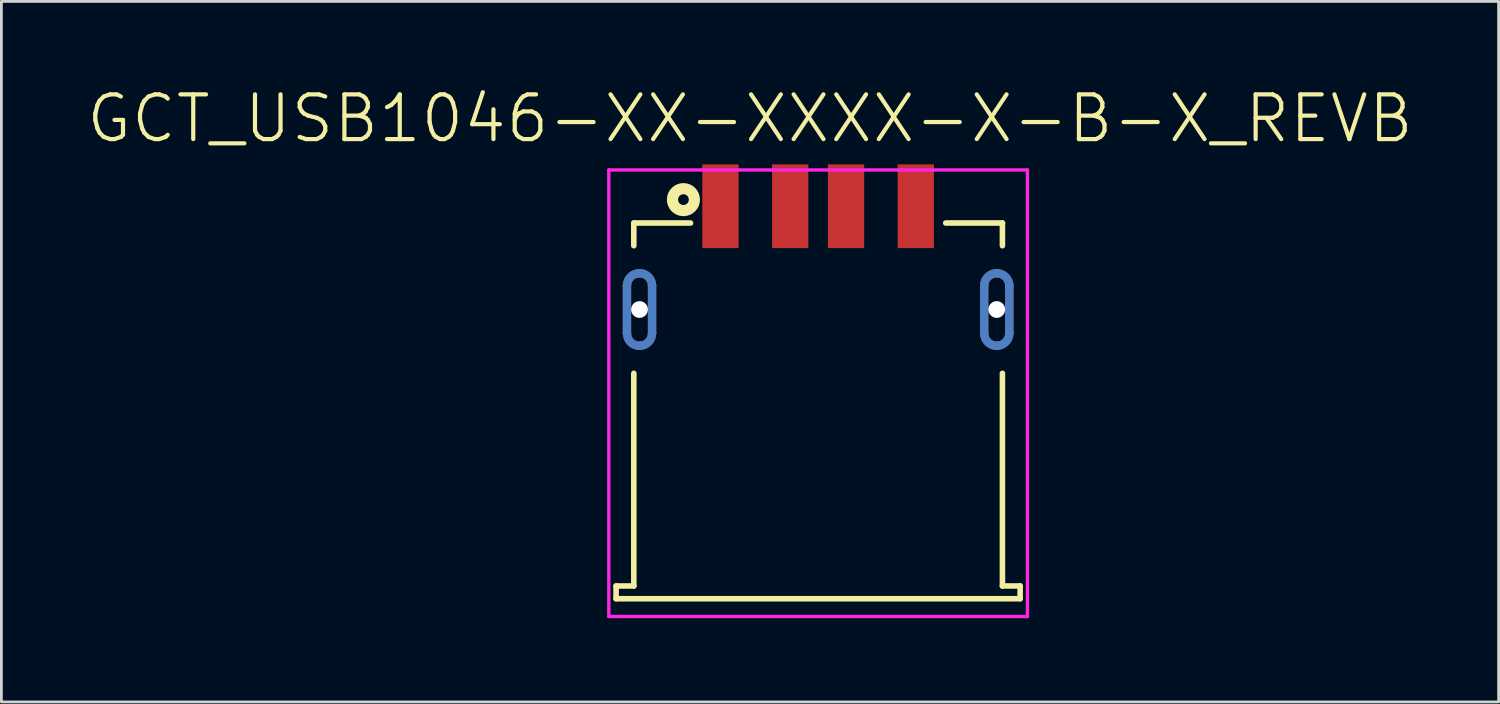
<source format=kicad_pcb>
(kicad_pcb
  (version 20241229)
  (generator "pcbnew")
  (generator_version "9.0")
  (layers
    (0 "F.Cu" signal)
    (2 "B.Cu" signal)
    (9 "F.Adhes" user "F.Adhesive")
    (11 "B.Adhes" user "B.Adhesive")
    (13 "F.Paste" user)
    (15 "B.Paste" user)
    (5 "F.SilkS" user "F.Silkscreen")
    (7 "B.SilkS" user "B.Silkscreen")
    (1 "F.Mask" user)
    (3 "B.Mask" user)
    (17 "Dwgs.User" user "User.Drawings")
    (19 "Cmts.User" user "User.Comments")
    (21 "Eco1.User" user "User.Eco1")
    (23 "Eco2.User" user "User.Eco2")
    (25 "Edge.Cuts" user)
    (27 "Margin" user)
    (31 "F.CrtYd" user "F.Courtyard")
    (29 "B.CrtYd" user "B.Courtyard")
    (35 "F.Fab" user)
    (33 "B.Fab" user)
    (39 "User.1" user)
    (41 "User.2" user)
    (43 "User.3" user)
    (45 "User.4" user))
  (footprint "GCT_USB1046-XX-XXXX-X-B-X_REVB"
    (layer "F.Cu")
    (at 26.264 8.04)
    (property "Reference" "GCT_USB1046-XX-XXXX-X-B-X_REVB" (at -2.441 -6.84 0) (layer "F.SilkS") (effects (font (size 1.602 1.602) (thickness 0.15))))
    (attr through_hole)
    (fp_line (start -6.85 0.85) (end -6.85 -0.85) (stroke (width 0.3) (type solid)) (layer "F.Cu"))
    (fp_line (start -5.95 -0.85) (end -5.95 0.85) (stroke (width 0.3) (type solid)) (layer "F.Cu"))
    (fp_line (start 5.95 0.85) (end 5.95 -0.85) (stroke (width 0.3) (type solid)) (layer "F.Cu"))
    (fp_line (start 6.85 -0.85) (end 6.85 0.85) (stroke (width 0.3) (type solid)) (layer "F.Cu"))
    (fp_arc (start -6.85 -0.85) (mid -6.718198 -1.168198) (end -6.4 -1.3) (stroke (width 0.3) (type solid)) (layer "F.Cu"))
    (fp_arc (start -6.4 -1.3) (mid -6.081802 -1.168198) (end -5.95 -0.85) (stroke (width 0.3) (type solid)) (layer "F.Cu"))
    (fp_arc (start -6.4 1.3) (mid -6.718198 1.168198) (end -6.85 0.85) (stroke (width 0.3) (type solid)) (layer "F.Cu"))
    (fp_arc (start -5.95 0.85) (mid -6.081802 1.168198) (end -6.4 1.3) (stroke (width 0.3) (type solid)) (layer "F.Cu"))
    (fp_arc (start 5.95 -0.85) (mid 6.081802 -1.168198) (end 6.4 -1.3) (stroke (width 0.3) (type solid)) (layer "F.Cu"))
    (fp_arc (start 6.4 -1.3) (mid 6.718198 -1.168198) (end 6.85 -0.85) (stroke (width 0.3) (type solid)) (layer "F.Cu"))
    (fp_arc (start 6.4 1.3) (mid 6.081802 1.168198) (end 5.95 0.85) (stroke (width 0.3) (type solid)) (layer "F.Cu"))
    (fp_arc (start 6.85 0.85) (mid 6.718198 1.168198) (end 6.4 1.3) (stroke (width 0.3) (type solid)) (layer "F.Cu"))
    (fp_poly (pts (xy -7.1 0.8) (xy -7.1 -0.8) (xy -7.099 -0.837) (xy -7.096 -0.873) (xy -7.091 -0.91) (xy -7.085 -0.946) (xy -7.076 -0.981) (xy -7.066 -1.016) (xy -7.054 -1.051) (xy -7.039 -1.085) (xy -7.024 -1.118) (xy -7.006 -1.15) (xy -6.987 -1.181) (xy -6.966 -1.211) (xy -6.944 -1.241) (xy -6.92 -1.268) (xy -6.895 -1.295) (xy -6.868 -1.32) (xy -6.841 -1.344) (xy -6.811 -1.366) (xy -6.781 -1.387) (xy -6.75 -1.406) (xy -6.718 -1.424) (xy -6.685 -1.439) (xy -6.651 -1.454) (xy -6.616 -1.466) (xy -6.581 -1.476) (xy -6.546 -1.485) (xy -6.51 -1.491) (xy -6.473 -1.496) (xy -6.437 -1.499) (xy -6.4 -1.5) (xy -6.363 -1.499) (xy -6.327 -1.496) (xy -6.29 -1.491) (xy -6.254 -1.485) (xy -6.219 -1.476) (xy -6.184 -1.466) (xy -6.149 -1.454) (xy -6.115 -1.439) (xy -6.082 -1.424) (xy -6.05 -1.406) (xy -6.019 -1.387) (xy -5.989 -1.366) (xy -5.959 -1.344) (xy -5.932 -1.32) (xy -5.905 -1.295) (xy -5.88 -1.268) (xy -5.856 -1.241) (xy -5.834 -1.211) (xy -5.813 -1.181) (xy -5.794 -1.15) (xy -5.776 -1.118) (xy -5.761 -1.085) (xy -5.746 -1.051) (xy -5.734 -1.016) (xy -5.724 -0.981) (xy -5.715 -0.946) (xy -5.709 -0.91) (xy -5.704 -0.873) (xy -5.701 -0.837) (xy -5.7 -0.8) (xy -5.7 0.8) (xy -5.701 0.837) (xy -5.704 0.873) (xy -5.709 0.91) (xy -5.715 0.946) (xy -5.724 0.981) (xy -5.734 1.016) (xy -5.746 1.051) (xy -5.761 1.085) (xy -5.776 1.118) (xy -5.794 1.15) (xy -5.813 1.181) (xy -5.834 1.211) (xy -5.856 1.241) (xy -5.88 1.268) (xy -5.905 1.295) (xy -5.932 1.32) (xy -5.959 1.344) (xy -5.989 1.366) (xy -6.019 1.387) (xy -6.05 1.406) (xy -6.082 1.424) (xy -6.115 1.439) (xy -6.149 1.454) (xy -6.184 1.466) (xy -6.219 1.476) (xy -6.254 1.485) (xy -6.29 1.491) (xy -6.327 1.496) (xy -6.363 1.499) (xy -6.4 1.5) (xy -6.437 1.499) (xy -6.473 1.496) (xy -6.51 1.491) (xy -6.546 1.485) (xy -6.581 1.476) (xy -6.616 1.466) (xy -6.651 1.454) (xy -6.685 1.439) (xy -6.718 1.424) (xy -6.75 1.406) (xy -6.781 1.387) (xy -6.811 1.366) (xy -6.841 1.344) (xy -6.868 1.32) (xy -6.895 1.295) (xy -6.92 1.268) (xy -6.944 1.241) (xy -6.966 1.211) (xy -6.987 1.181) (xy -7.006 1.15) (xy -7.024 1.118) (xy -7.039 1.085) (xy -7.054 1.051) (xy -7.066 1.016) (xy -7.076 0.981) (xy -7.085 0.946) (xy -7.091 0.91) (xy -7.096 0.873) (xy -7.099 0.837) (xy -7.1 0.8)) (stroke (width 0.001) (type solid)) (fill yes) (layer "F.Mask"))
    (fp_poly (pts (xy 5.7 0.8) (xy 5.7 -0.8) (xy 5.701 -0.837) (xy 5.704 -0.873) (xy 5.709 -0.91) (xy 5.715 -0.946) (xy 5.724 -0.981) (xy 5.734 -1.016) (xy 5.746 -1.051) (xy 5.761 -1.085) (xy 5.776 -1.118) (xy 5.794 -1.15) (xy 5.813 -1.181) (xy 5.834 -1.211) (xy 5.856 -1.241) (xy 5.88 -1.268) (xy 5.905 -1.295) (xy 5.932 -1.32) (xy 5.959 -1.344) (xy 5.989 -1.366) (xy 6.019 -1.387) (xy 6.05 -1.406) (xy 6.082 -1.424) (xy 6.115 -1.439) (xy 6.149 -1.454) (xy 6.184 -1.466) (xy 6.219 -1.476) (xy 6.254 -1.485) (xy 6.29 -1.491) (xy 6.327 -1.496) (xy 6.363 -1.499) (xy 6.4 -1.5) (xy 6.437 -1.499) (xy 6.473 -1.496) (xy 6.51 -1.491) (xy 6.546 -1.485) (xy 6.581 -1.476) (xy 6.616 -1.466) (xy 6.651 -1.454) (xy 6.685 -1.439) (xy 6.718 -1.424) (xy 6.75 -1.406) (xy 6.781 -1.387) (xy 6.811 -1.366) (xy 6.841 -1.344) (xy 6.868 -1.32) (xy 6.895 -1.295) (xy 6.92 -1.268) (xy 6.944 -1.241) (xy 6.966 -1.211) (xy 6.987 -1.181) (xy 7.006 -1.15) (xy 7.024 -1.118) (xy 7.039 -1.085) (xy 7.054 -1.051) (xy 7.066 -1.016) (xy 7.076 -0.981) (xy 7.085 -0.946) (xy 7.091 -0.91) (xy 7.096 -0.873) (xy 7.099 -0.837) (xy 7.1 -0.8) (xy 7.1 0.8) (xy 7.099 0.837) (xy 7.096 0.873) (xy 7.091 0.91) (xy 7.085 0.946) (xy 7.076 0.981) (xy 7.066 1.016) (xy 7.054 1.051) (xy 7.039 1.085) (xy 7.024 1.118) (xy 7.006 1.15) (xy 6.987 1.181) (xy 6.966 1.211) (xy 6.944 1.241) (xy 6.92 1.268) (xy 6.895 1.295) (xy 6.868 1.32) (xy 6.841 1.344) (xy 6.811 1.366) (xy 6.781 1.387) (xy 6.75 1.406) (xy 6.718 1.424) (xy 6.685 1.439) (xy 6.651 1.454) (xy 6.616 1.466) (xy 6.581 1.476) (xy 6.546 1.485) (xy 6.51 1.491) (xy 6.473 1.496) (xy 6.437 1.499) (xy 6.4 1.5) (xy 6.363 1.499) (xy 6.327 1.496) (xy 6.29 1.491) (xy 6.254 1.485) (xy 6.219 1.476) (xy 6.184 1.466) (xy 6.149 1.454) (xy 6.115 1.439) (xy 6.082 1.424) (xy 6.05 1.406) (xy 6.019 1.387) (xy 5.989 1.366) (xy 5.959 1.344) (xy 5.932 1.32) (xy 5.905 1.295) (xy 5.88 1.268) (xy 5.856 1.241) (xy 5.834 1.211) (xy 5.813 1.181) (xy 5.794 1.15) (xy 5.776 1.118) (xy 5.761 1.085) (xy 5.746 1.051) (xy 5.734 1.016) (xy 5.724 0.981) (xy 5.715 0.946) (xy 5.709 0.91) (xy 5.704 0.873) (xy 5.701 0.837) (xy 5.7 0.8)) (stroke (width 0.001) (type solid)) (fill yes) (layer "F.Mask"))
    (fp_line (start -6.85 0.85) (end -6.85 -0.85) (stroke (width 0.3) (type solid)) (layer "B.Cu"))
    (fp_line (start -5.95 -0.85) (end -5.95 0.85) (stroke (width 0.3) (type solid)) (layer "B.Cu"))
    (fp_line (start 5.95 0.85) (end 5.95 -0.85) (stroke (width 0.3) (type solid)) (layer "B.Cu"))
    (fp_line (start 6.85 -0.85) (end 6.85 0.85) (stroke (width 0.3) (type solid)) (layer "B.Cu"))
    (fp_arc (start -6.85 -0.85) (mid -6.718198 -1.168198) (end -6.4 -1.3) (stroke (width 0.3) (type solid)) (layer "B.Cu"))
    (fp_arc (start -6.4 -1.3) (mid -6.081802 -1.168198) (end -5.95 -0.85) (stroke (width 0.3) (type solid)) (layer "B.Cu"))
    (fp_arc (start -6.4 1.3) (mid -6.718198 1.168198) (end -6.85 0.85) (stroke (width 0.3) (type solid)) (layer "B.Cu"))
    (fp_arc (start -5.95 0.85) (mid -6.081802 1.168198) (end -6.4 1.3) (stroke (width 0.3) (type solid)) (layer "B.Cu"))
    (fp_arc (start 5.95 -0.85) (mid 6.081802 -1.168198) (end 6.4 -1.3) (stroke (width 0.3) (type solid)) (layer "B.Cu"))
    (fp_arc (start 6.4 -1.3) (mid 6.718198 -1.168198) (end 6.85 -0.85) (stroke (width 0.3) (type solid)) (layer "B.Cu"))
    (fp_arc (start 6.4 1.3) (mid 6.081802 1.168198) (end 5.95 0.85) (stroke (width 0.3) (type solid)) (layer "B.Cu"))
    (fp_arc (start 6.85 0.85) (mid 6.718198 1.168198) (end 6.4 1.3) (stroke (width 0.3) (type solid)) (layer "B.Cu"))
    (fp_poly (pts (xy -7.1 0.8) (xy -7.1 -0.8) (xy -7.099 -0.837) (xy -7.096 -0.873) (xy -7.091 -0.91) (xy -7.085 -0.946) (xy -7.076 -0.981) (xy -7.066 -1.016) (xy -7.054 -1.051) (xy -7.039 -1.085) (xy -7.024 -1.118) (xy -7.006 -1.15) (xy -6.987 -1.181) (xy -6.966 -1.211) (xy -6.944 -1.241) (xy -6.92 -1.268) (xy -6.895 -1.295) (xy -6.868 -1.32) (xy -6.841 -1.344) (xy -6.811 -1.366) (xy -6.781 -1.387) (xy -6.75 -1.406) (xy -6.718 -1.424) (xy -6.685 -1.439) (xy -6.651 -1.454) (xy -6.616 -1.466) (xy -6.581 -1.476) (xy -6.546 -1.485) (xy -6.51 -1.491) (xy -6.473 -1.496) (xy -6.437 -1.499) (xy -6.4 -1.5) (xy -6.363 -1.499) (xy -6.327 -1.496) (xy -6.29 -1.491) (xy -6.254 -1.485) (xy -6.219 -1.476) (xy -6.184 -1.466) (xy -6.149 -1.454) (xy -6.115 -1.439) (xy -6.082 -1.424) (xy -6.05 -1.406) (xy -6.019 -1.387) (xy -5.989 -1.366) (xy -5.959 -1.344) (xy -5.932 -1.32) (xy -5.905 -1.295) (xy -5.88 -1.268) (xy -5.856 -1.241) (xy -5.834 -1.211) (xy -5.813 -1.181) (xy -5.794 -1.15) (xy -5.776 -1.118) (xy -5.761 -1.085) (xy -5.746 -1.051) (xy -5.734 -1.016) (xy -5.724 -0.981) (xy -5.715 -0.946) (xy -5.709 -0.91) (xy -5.704 -0.873) (xy -5.701 -0.837) (xy -5.7 -0.8) (xy -5.7 0.8) (xy -5.701 0.837) (xy -5.704 0.873) (xy -5.709 0.91) (xy -5.715 0.946) (xy -5.724 0.981) (xy -5.734 1.016) (xy -5.746 1.051) (xy -5.761 1.085) (xy -5.776 1.118) (xy -5.794 1.15) (xy -5.813 1.181) (xy -5.834 1.211) (xy -5.856 1.241) (xy -5.88 1.268) (xy -5.905 1.295) (xy -5.932 1.32) (xy -5.959 1.344) (xy -5.989 1.366) (xy -6.019 1.387) (xy -6.05 1.406) (xy -6.082 1.424) (xy -6.115 1.439) (xy -6.149 1.454) (xy -6.184 1.466) (xy -6.219 1.476) (xy -6.254 1.485) (xy -6.29 1.491) (xy -6.327 1.496) (xy -6.363 1.499) (xy -6.4 1.5) (xy -6.437 1.499) (xy -6.473 1.496) (xy -6.51 1.491) (xy -6.546 1.485) (xy -6.581 1.476) (xy -6.616 1.466) (xy -6.651 1.454) (xy -6.685 1.439) (xy -6.718 1.424) (xy -6.75 1.406) (xy -6.781 1.387) (xy -6.811 1.366) (xy -6.841 1.344) (xy -6.868 1.32) (xy -6.895 1.295) (xy -6.92 1.268) (xy -6.944 1.241) (xy -6.966 1.211) (xy -6.987 1.181) (xy -7.006 1.15) (xy -7.024 1.118) (xy -7.039 1.085) (xy -7.054 1.051) (xy -7.066 1.016) (xy -7.076 0.981) (xy -7.085 0.946) (xy -7.091 0.91) (xy -7.096 0.873) (xy -7.099 0.837) (xy -7.1 0.8)) (stroke (width 0.001) (type solid)) (fill yes) (layer "B.Mask"))
    (fp_poly (pts (xy 5.7 0.8) (xy 5.7 -0.8) (xy 5.701 -0.837) (xy 5.704 -0.873) (xy 5.709 -0.91) (xy 5.715 -0.946) (xy 5.724 -0.981) (xy 5.734 -1.016) (xy 5.746 -1.051) (xy 5.761 -1.085) (xy 5.776 -1.118) (xy 5.794 -1.15) (xy 5.813 -1.181) (xy 5.834 -1.211) (xy 5.856 -1.241) (xy 5.88 -1.268) (xy 5.905 -1.295) (xy 5.932 -1.32) (xy 5.959 -1.344) (xy 5.989 -1.366) (xy 6.019 -1.387) (xy 6.05 -1.406) (xy 6.082 -1.424) (xy 6.115 -1.439) (xy 6.149 -1.454) (xy 6.184 -1.466) (xy 6.219 -1.476) (xy 6.254 -1.485) (xy 6.29 -1.491) (xy 6.327 -1.496) (xy 6.363 -1.499) (xy 6.4 -1.5) (xy 6.437 -1.499) (xy 6.473 -1.496) (xy 6.51 -1.491) (xy 6.546 -1.485) (xy 6.581 -1.476) (xy 6.616 -1.466) (xy 6.651 -1.454) (xy 6.685 -1.439) (xy 6.718 -1.424) (xy 6.75 -1.406) (xy 6.781 -1.387) (xy 6.811 -1.366) (xy 6.841 -1.344) (xy 6.868 -1.32) (xy 6.895 -1.295) (xy 6.92 -1.268) (xy 6.944 -1.241) (xy 6.966 -1.211) (xy 6.987 -1.181) (xy 7.006 -1.15) (xy 7.024 -1.118) (xy 7.039 -1.085) (xy 7.054 -1.051) (xy 7.066 -1.016) (xy 7.076 -0.981) (xy 7.085 -0.946) (xy 7.091 -0.91) (xy 7.096 -0.873) (xy 7.099 -0.837) (xy 7.1 -0.8) (xy 7.1 0.8) (xy 7.099 0.837) (xy 7.096 0.873) (xy 7.091 0.91) (xy 7.085 0.946) (xy 7.076 0.981) (xy 7.066 1.016) (xy 7.054 1.051) (xy 7.039 1.085) (xy 7.024 1.118) (xy 7.006 1.15) (xy 6.987 1.181) (xy 6.966 1.211) (xy 6.944 1.241) (xy 6.92 1.268) (xy 6.895 1.295) (xy 6.868 1.32) (xy 6.841 1.344) (xy 6.811 1.366) (xy 6.781 1.387) (xy 6.75 1.406) (xy 6.718 1.424) (xy 6.685 1.439) (xy 6.651 1.454) (xy 6.616 1.466) (xy 6.581 1.476) (xy 6.546 1.485) (xy 6.51 1.491) (xy 6.473 1.496) (xy 6.437 1.499) (xy 6.4 1.5) (xy 6.363 1.499) (xy 6.327 1.496) (xy 6.29 1.491) (xy 6.254 1.485) (xy 6.219 1.476) (xy 6.184 1.466) (xy 6.149 1.454) (xy 6.115 1.439) (xy 6.082 1.424) (xy 6.05 1.406) (xy 6.019 1.387) (xy 5.989 1.366) (xy 5.959 1.344) (xy 5.932 1.32) (xy 5.905 1.295) (xy 5.88 1.268) (xy 5.856 1.241) (xy 5.834 1.211) (xy 5.813 1.181) (xy 5.794 1.15) (xy 5.776 1.118) (xy 5.761 1.085) (xy 5.746 1.051) (xy 5.734 1.016) (xy 5.724 0.981) (xy 5.715 0.946) (xy 5.709 0.91) (xy 5.704 0.873) (xy 5.701 0.837) (xy 5.7 0.8)) (stroke (width 0.001) (type solid)) (fill yes) (layer "B.Mask"))
    (fp_line (start -7.239 9.906) (end -6.604 9.906) (stroke (width 0.2) (type solid)) (layer "F.SilkS"))
    (fp_line (start -7.239 10.363) (end -7.239 9.906) (stroke (width 0.2) (type solid)) (layer "F.SilkS"))
    (fp_line (start -7.239 10.363) (end 7.239 10.363) (stroke (width 0.2) (type solid)) (layer "F.SilkS"))
    (fp_line (start -6.604 -3.099) (end -4.572 -3.099) (stroke (width 0.2) (type solid)) (layer "F.SilkS"))
    (fp_line (start -6.604 -2.286) (end -6.604 -3.099) (stroke (width 0.2) (type solid)) (layer "F.SilkS"))
    (fp_line (start -6.604 2.286) (end -6.604 9.906) (stroke (width 0.2) (type solid)) (layer "F.SilkS"))
    (fp_line (start 4.572 -3.099) (end 6.604 -3.099) (stroke (width 0.2) (type solid)) (layer "F.SilkS"))
    (fp_line (start 6.604 -2.286) (end 6.604 -3.099) (stroke (width 0.2) (type solid)) (layer "F.SilkS"))
    (fp_line (start 6.604 9.906) (end 6.604 2.286) (stroke (width 0.2) (type solid)) (layer "F.SilkS"))
    (fp_line (start 6.604 9.906) (end 7.239 9.906) (stroke (width 0.2) (type solid)) (layer "F.SilkS"))
    (fp_line (start 7.239 10.363) (end 7.239 9.906) (stroke (width 0.2) (type solid)) (layer "F.SilkS"))
    (fp_circle (center -4.826 -3.937) (end -4.633 -3.937) (stroke (width 0.4) (type solid)) (fill no) (layer "F.SilkS"))
    (fp_line (start -6.85 0.85) (end -6.85 -0.85) (stroke (width 0.3) (type solid)) (layer "F.Paste"))
    (fp_line (start -5.95 -0.85) (end -5.95 0.85) (stroke (width 0.3) (type solid)) (layer "F.Paste"))
    (fp_line (start 5.95 0.85) (end 5.95 -0.85) (stroke (width 0.3) (type solid)) (layer "F.Paste"))
    (fp_line (start 6.85 -0.85) (end 6.85 0.85) (stroke (width 0.3) (type solid)) (layer "F.Paste"))
    (fp_arc (start -6.85 -0.85) (mid -6.718198 -1.168198) (end -6.4 -1.3) (stroke (width 0.3) (type solid)) (layer "F.Paste"))
    (fp_arc (start -6.4 -1.3) (mid -6.081802 -1.168198) (end -5.95 -0.85) (stroke (width 0.3) (type solid)) (layer "F.Paste"))
    (fp_arc (start -6.4 1.3) (mid -6.718198 1.168198) (end -6.85 0.85) (stroke (width 0.3) (type solid)) (layer "F.Paste"))
    (fp_arc (start -5.95 0.85) (mid -6.081802 1.168198) (end -6.4 1.3) (stroke (width 0.3) (type solid)) (layer "F.Paste"))
    (fp_arc (start 5.95 -0.85) (mid 6.081802 -1.168198) (end 6.4 -1.3) (stroke (width 0.3) (type solid)) (layer "F.Paste"))
    (fp_arc (start 6.4 -1.3) (mid 6.718198 -1.168198) (end 6.85 -0.85) (stroke (width 0.3) (type solid)) (layer "F.Paste"))
    (fp_arc (start 6.4 1.3) (mid 6.081802 1.168198) (end 5.95 0.85) (stroke (width 0.3) (type solid)) (layer "F.Paste"))
    (fp_arc (start 6.85 0.85) (mid 6.718198 1.168198) (end 6.4 1.3) (stroke (width 0.3) (type solid)) (layer "F.Paste"))
    (fp_line (start -6.85 0.85) (end -6.85 -0.85) (stroke (width 0.3) (type solid)) (layer "B.Paste"))
    (fp_line (start 5.95 0.85) (end 5.95 -0.85) (stroke (width 0.3) (type solid)) (layer "B.Paste"))
    (fp_line (start 6.85 -0.85) (end 6.85 0.85) (stroke (width 0.3) (type solid)) (layer "B.Paste"))
    (fp_arc (start -6.85 -0.85) (mid -6.718198 -1.168198) (end -6.4 -1.3) (stroke (width 0.3) (type solid)) (layer "B.Paste"))
    (fp_arc (start -6.4 -1.3) (mid -6.081802 -1.168198) (end -5.95 -0.85) (stroke (width 0.3) (type solid)) (layer "B.Paste"))
    (fp_arc (start -6.4 1.3) (mid -6.718198 1.168198) (end -6.85 0.85) (stroke (width 0.3) (type solid)) (layer "B.Paste"))
    (fp_arc (start -5.95 0.85) (mid -6.081802 1.168198) (end -6.4 1.3) (stroke (width 0.3) (type solid)) (layer "B.Paste"))
    (fp_arc (start 5.95 -0.85) (mid 6.081802 -1.168198) (end 6.4 -1.3) (stroke (width 0.3) (type solid)) (layer "B.Paste"))
    (fp_arc (start 6.4 -1.3) (mid 6.718198 -1.168198) (end 6.85 -0.85) (stroke (width 0.3) (type solid)) (layer "B.Paste"))
    (fp_arc (start 6.4 1.3) (mid 6.081802 1.168198) (end 5.95 0.85) (stroke (width 0.3) (type solid)) (layer "B.Paste"))
    (fp_arc (start 6.85 0.85) (mid 6.718198 1.168198) (end 6.4 1.3) (stroke (width 0.3) (type solid)) (layer "B.Paste"))
    (fp_line (start -6.7 0.85) (end -6.7 -0.85) (stroke (width 0.001) (type solid)) (layer "Edge.Cuts"))
    (fp_line (start -6.1 -0.85) (end -6.1 0.85) (stroke (width 0.001) (type solid)) (layer "Edge.Cuts"))
    (fp_line (start 6.7 -0.85) (end 6.7 0.85) (stroke (width 0.001) (type solid)) (layer "Edge.Cuts"))
    (fp_arc (start -6.7 -0.85) (mid -6.612132 -1.062132) (end -6.4 -1.15) (stroke (width 0.001) (type solid)) (layer "Edge.Cuts"))
    (fp_arc (start -6.4 -1.15) (mid -6.187868 -1.062132) (end -6.1 -0.85) (stroke (width 0.001) (type solid)) (layer "Edge.Cuts"))
    (fp_arc (start -6.4 1.15) (mid -6.612132 1.062132) (end -6.7 0.85) (stroke (width 0.001) (type solid)) (layer "Edge.Cuts"))
    (fp_arc (start -6.1 0.85) (mid -6.187868 1.062132) (end -6.4 1.15) (stroke (width 0.001) (type solid)) (layer "Edge.Cuts"))
    (fp_arc (start 6.1 -0.85) (mid 6.187868 -1.062132) (end 6.4 -1.15) (stroke (width 0.001) (type solid)) (layer "Edge.Cuts"))
    (fp_arc (start 6.4 -1.15) (mid 6.612132 -1.062132) (end 6.7 -0.85) (stroke (width 0.001) (type solid)) (layer "Edge.Cuts"))
    (fp_arc (start 6.4 1.15) (mid 6.187868 1.062132) (end 6.1 0.85) (stroke (width 0.001) (type solid)) (layer "Edge.Cuts"))
    (fp_arc (start 6.7 0.85) (mid 6.612132 1.062132) (end 6.4 1.15) (stroke (width 0.001) (type solid)) (layer "Edge.Cuts"))
    (fp_line (start -7.5 -5) (end -7.5 11) (stroke (width 0.12) (type solid)) (layer "F.CrtYd"))
    (fp_line (start -7.5 11) (end 7.5 11) (stroke (width 0.12) (type solid)) (layer "F.CrtYd"))
    (fp_line (start 7.5 -5) (end -7.5 -5) (stroke (width 0.12) (type solid)) (layer "F.CrtYd"))
    (fp_line (start 7.5 11) (end 7.5 -5) (stroke (width 0.12) (type solid)) (layer "F.CrtYd"))
    (pad "" np_thru_hole circle (at -6.4 0) (size 0.6 0.6) (drill 0.6) (layers "*.Cu" "*.Mask"))
    (pad "" np_thru_hole circle (at 6.4 0) (size 0.6 0.6) (drill 0.6) (layers "*.Cu" "*.Mask"))
    (pad "1" smd rect (at -3.5 -3.7) (size 1.3 3) (layers "F.Cu" "F.Mask" "F.Paste"))
    (pad "2" smd rect (at -1 -3.7) (size 1.3 3) (layers "F.Cu" "F.Mask" "F.Paste"))
    (pad "3" smd rect (at 1 -3.7) (size 1.3 3) (layers "F.Cu" "F.Mask" "F.Paste"))
    (pad "4" smd rect (at 3.5 -3.7) (size 1.3 3) (layers "F.Cu" "F.Mask" "F.Paste"))
    (pad "P1" smd rect (at -6.4 -1.3) (size 0.2 0.2) (layers "F.Cu"))
    (pad "P2" smd rect (at 6.4 -1.3) (size 0.2 0.2) (layers "F.Cu")))
  (gr_rect
    (start -3 -3)
    (end 50.647 22.1)
    (stroke (width 0.1) (type default))
    (fill no)
    (layer "Edge.Cuts")))
</source>
